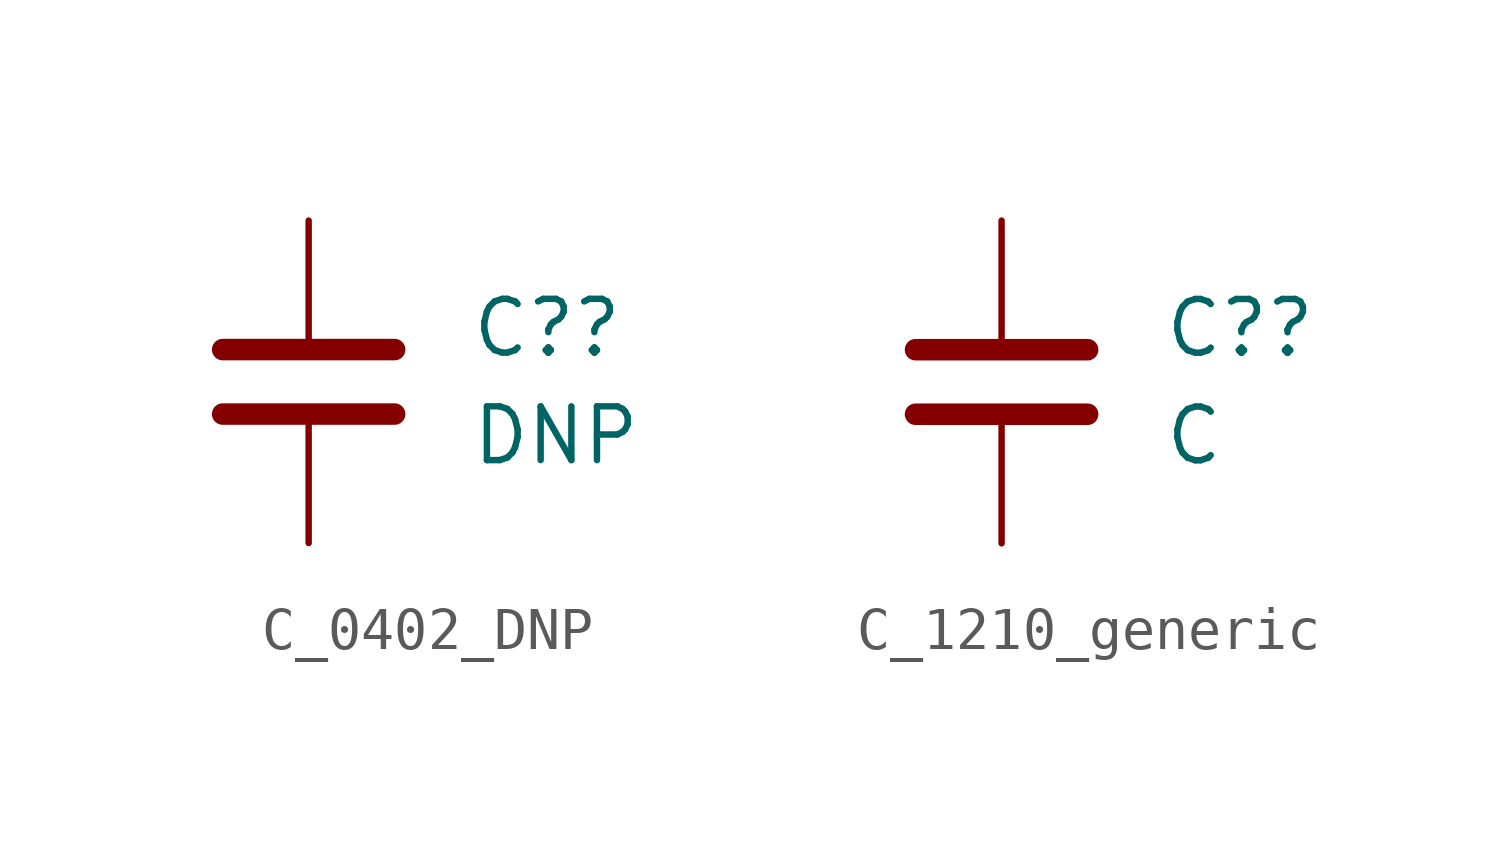
<source format=kicad_sym>
(kicad_symbol_lib
  (version 20220914)
  (generator kicad_symbol_editor)
  (symbol "C_0402_DNP"
    (pin_numbers hide)
    (pin_names
      (offset 0.254))
    (property "Reference" "C?"
      (at 3.81 1.27 0)
      (effects (font (size 1.27 1.27)) (justify left)))
    (property "Value" "DNP"
      (at 3.81 -1.27 0)
      (effects (font (size 1.27 1.27)) (justify left)))
    (symbol "C_0402_DNP_0_1"
      (polyline (pts (xy -2.032 -0.762) (xy 2.032 -0.762)) (stroke (width 0.508) (type default)) (fill (type none)))
      (polyline (pts (xy -2.032 0.762) (xy 2.032 0.762)) (stroke (width 0.508) (type default)) (fill (type none))))
    (symbol "C_0402_DNP_1_1"
      (pin passive line (at 0 3.81 270) (length 2.794) (name "~" (effects (font (size 1.27 1.27)))) (number "1" (effects (font (size 1.27 1.27)))))
      (pin passive line (at 0 -3.81 90) (length 2.794) (name "~" (effects (font (size 1.27 1.27)))) (number "2" (effects (font (size 1.27 1.27)))))))
  (symbol "C_1210_generic"
    (pin_numbers hide)
    (pin_names
      (offset 0.254))
    (property "Reference" "C?"
      (at 3.81 1.27 0)
      (effects (font (size 1.27 1.27)) (justify left)))
    (property "Value" "C"
      (at 3.81 -1.27 0)
      (effects (font (size 1.27 1.27)) (justify left)))
    (symbol "C_1210_generic_0_1"
      (polyline (pts (xy -2.032 -0.762) (xy 2.032 -0.762)) (stroke (width 0.508) (type default)) (fill (type none)))
      (polyline (pts (xy -2.032 0.762) (xy 2.032 0.762)) (stroke (width 0.508) (type default)) (fill (type none))))
    (symbol "C_1210_generic_1_1"
      (pin passive line (at 0 3.81 270) (length 2.794) (name "~" (effects (font (size 1.27 1.27)))) (number "1" (effects (font (size 1.27 1.27)))))
      (pin passive line (at 0 -3.81 90) (length 2.794) (name "~" (effects (font (size 1.27 1.27)))) (number "2" (effects (font (size 1.27 1.27))))))))
</source>
